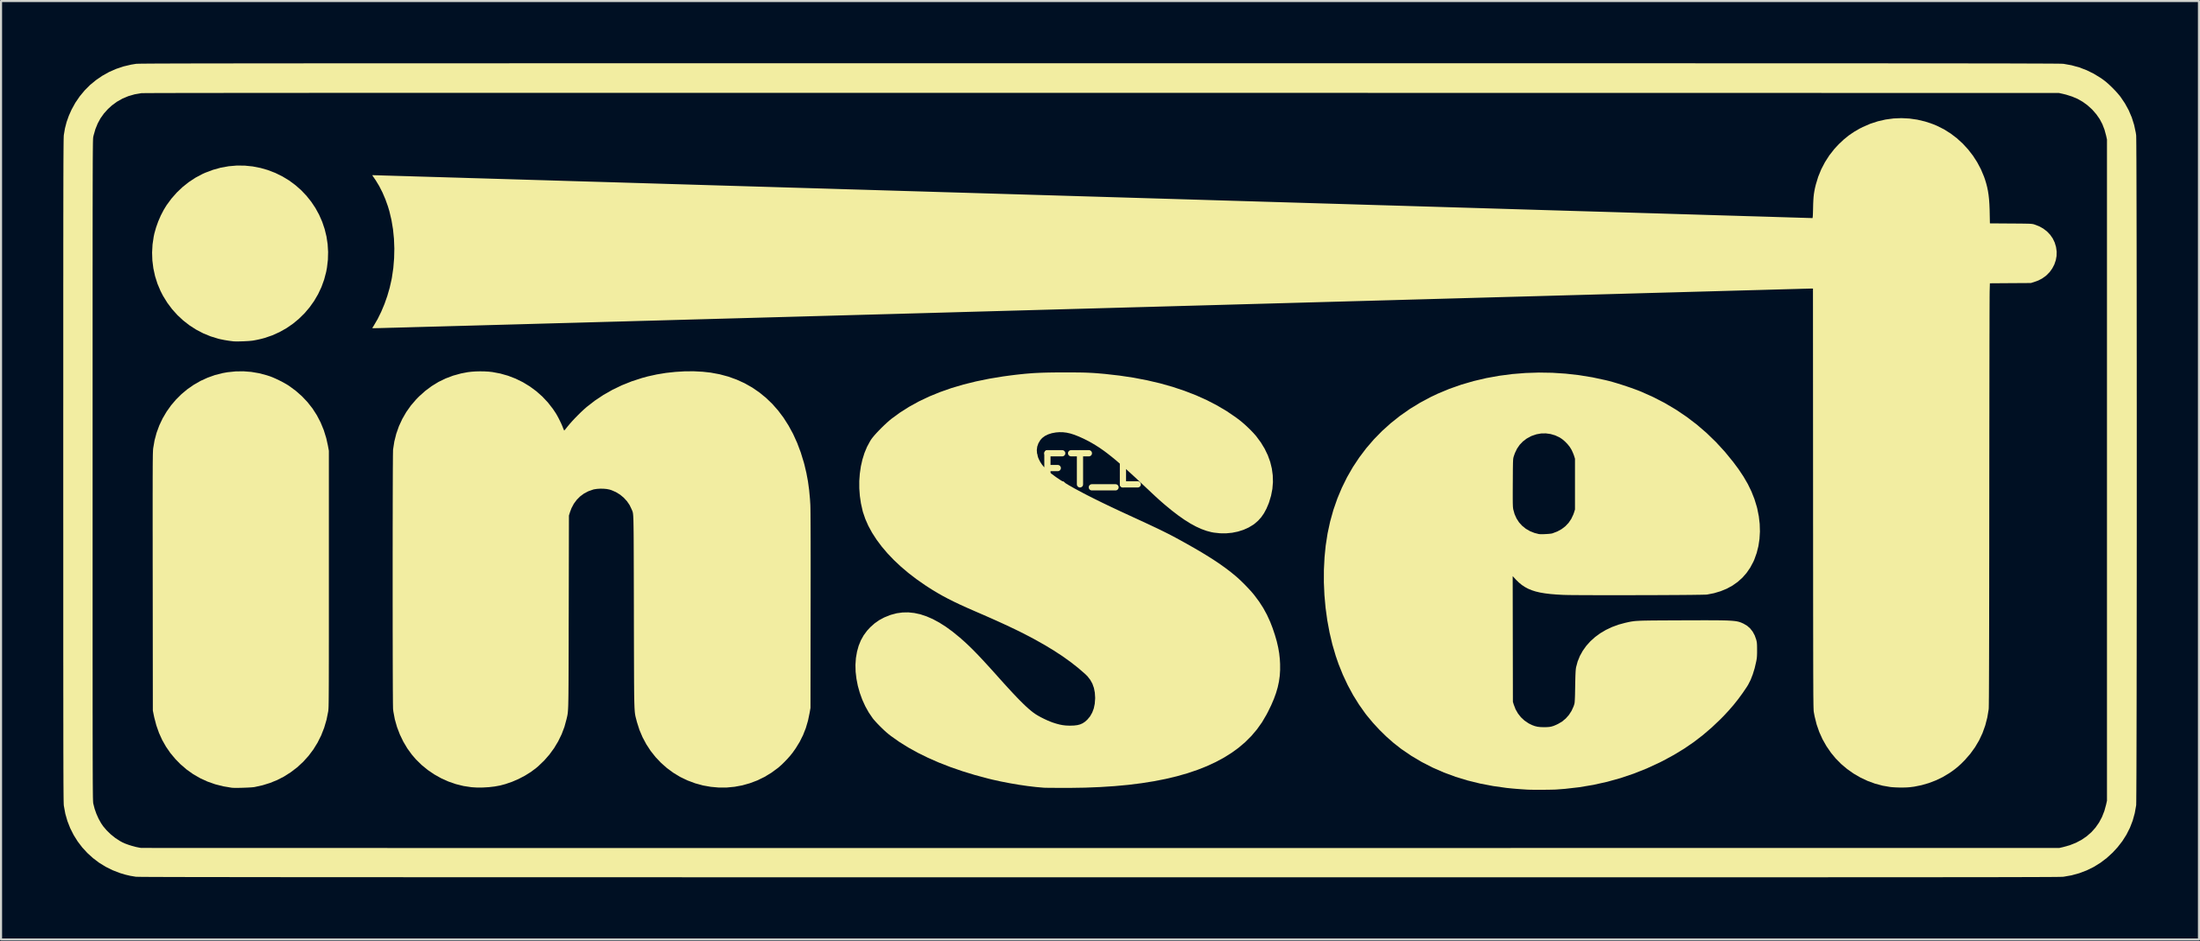
<source format=kicad_pcb>
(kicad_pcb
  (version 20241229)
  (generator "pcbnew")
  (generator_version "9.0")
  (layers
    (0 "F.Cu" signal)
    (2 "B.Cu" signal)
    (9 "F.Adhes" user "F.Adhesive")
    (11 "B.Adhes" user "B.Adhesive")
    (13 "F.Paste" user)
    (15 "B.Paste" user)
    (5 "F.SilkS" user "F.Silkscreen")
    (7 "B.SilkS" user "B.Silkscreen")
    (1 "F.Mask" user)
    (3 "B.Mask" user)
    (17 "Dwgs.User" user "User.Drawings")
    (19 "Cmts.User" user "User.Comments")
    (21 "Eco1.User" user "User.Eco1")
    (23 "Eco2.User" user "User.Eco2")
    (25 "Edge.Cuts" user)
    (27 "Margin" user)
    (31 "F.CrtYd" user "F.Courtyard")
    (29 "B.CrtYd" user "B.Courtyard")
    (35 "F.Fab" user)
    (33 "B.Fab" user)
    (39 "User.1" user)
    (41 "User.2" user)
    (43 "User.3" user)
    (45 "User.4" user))
  (footprint "INSET_LOGO"
    (layer "F.Cu")
    (at 49.997 19.63)
    (property "Reference" "INSET_LOGO" (at 0 0 0) (layer "F.SilkS") (effects (font (size 1.5 1.5) (thickness 0.3))))
    (attr board_only exclude_from_pos_files exclude_from_bom)
    (fp_poly (pts (xy -41.245 -14.693) (xy -40.86 -14.654) (xy -40.478 -14.579) (xy -40.136 -14.481) (xy -39.771 -14.341) (xy -39.426 -14.171) (xy -39.103 -13.975) (xy -38.801 -13.752) (xy -38.522 -13.506) (xy -38.267 -13.238) (xy -38.037 -12.95) (xy -37.833 -12.644) (xy -37.657 -12.322) (xy -37.509 -11.985) (xy -37.391 -11.636) (xy -37.303 -11.276) (xy -37.247 -10.908) (xy -37.224 -10.533) (xy -37.234 -10.153) (xy -37.279 -9.77) (xy -37.317 -9.569) (xy -37.415 -9.196) (xy -37.545 -8.837) (xy -37.707 -8.493) (xy -37.898 -8.167) (xy -38.117 -7.859) (xy -38.362 -7.571) (xy -38.631 -7.307) (xy -38.922 -7.066) (xy -39.234 -6.852) (xy -39.565 -6.666) (xy -39.913 -6.509) (xy -40.276 -6.384) (xy -40.416 -6.346) (xy -40.529 -6.319) (xy -40.653 -6.292) (xy -40.771 -6.269) (xy -40.857 -6.254) (xy -40.941 -6.245) (xy -41.049 -6.235) (xy -41.175 -6.228) (xy -41.309 -6.221) (xy -41.443 -6.217) (xy -41.569 -6.214) (xy -41.679 -6.215) (xy -41.763 -6.217) (xy -41.789 -6.219) (xy -42.002 -6.246) (xy -42.219 -6.281) (xy -42.423 -6.322) (xy -42.519 -6.345) (xy -42.89 -6.459) (xy -43.246 -6.605) (xy -43.587 -6.783) (xy -43.909 -6.99) (xy -44.212 -7.225) (xy -44.493 -7.487) (xy -44.751 -7.774) (xy -44.982 -8.084) (xy -45.186 -8.415) (xy -45.305 -8.646) (xy -45.454 -8.999) (xy -45.569 -9.364) (xy -45.651 -9.739) (xy -45.699 -10.119) (xy -45.712 -10.503) (xy -45.691 -10.887) (xy -45.635 -11.267) (xy -45.602 -11.422) (xy -45.521 -11.709) (xy -45.416 -12.003) (xy -45.291 -12.291) (xy -45.149 -12.563) (xy -45.015 -12.782) (xy -44.781 -13.1) (xy -44.523 -13.393) (xy -44.241 -13.661) (xy -43.939 -13.901) (xy -43.618 -14.112) (xy -43.28 -14.291) (xy -43.148 -14.35) (xy -42.776 -14.49) (xy -42.398 -14.595) (xy -42.016 -14.663) (xy -41.631 -14.696)) (stroke (width 0) (type solid)) (fill yes) (layer "F.SilkS"))
    (fp_poly (pts (xy -40.933 -4.745) (xy -40.556 -4.681) (xy -40.178 -4.581) (xy -40.016 -4.528) (xy -39.89 -4.479) (xy -39.744 -4.415) (xy -39.588 -4.341) (xy -39.431 -4.26) (xy -39.284 -4.179) (xy -39.155 -4.103) (xy -39.113 -4.075) (xy -38.787 -3.836) (xy -38.488 -3.573) (xy -38.218 -3.288) (xy -37.977 -2.982) (xy -37.766 -2.654) (xy -37.585 -2.307) (xy -37.434 -1.94) (xy -37.314 -1.554) (xy -37.236 -1.205) (xy -37.187 -0.94) (xy -37.187 5.241) (xy -37.187 5.806) (xy -37.187 6.336) (xy -37.187 6.832) (xy -37.187 7.294) (xy -37.187 7.725) (xy -37.187 8.126) (xy -37.188 8.497) (xy -37.188 8.839) (xy -37.188 9.155) (xy -37.189 9.445) (xy -37.189 9.71) (xy -37.19 9.952) (xy -37.19 10.171) (xy -37.191 10.369) (xy -37.192 10.547) (xy -37.193 10.706) (xy -37.194 10.848) (xy -37.195 10.974) (xy -37.196 11.084) (xy -37.197 11.18) (xy -37.199 11.263) (xy -37.2 11.335) (xy -37.202 11.396) (xy -37.204 11.447) (xy -37.206 11.491) (xy -37.209 11.528) (xy -37.211 11.559) (xy -37.214 11.585) (xy -37.216 11.608) (xy -37.219 11.628) (xy -37.22 11.632) (xy -37.3 12.031) (xy -37.413 12.415) (xy -37.557 12.783) (xy -37.731 13.132) (xy -37.935 13.463) (xy -38.168 13.773) (xy -38.428 14.06) (xy -38.715 14.325) (xy -39.028 14.564) (xy -39.356 14.772) (xy -39.68 14.938) (xy -40.025 15.078) (xy -40.386 15.19) (xy -40.757 15.272) (xy -40.775 15.276) (xy -40.842 15.284) (xy -40.937 15.292) (xy -41.054 15.299) (xy -41.184 15.305) (xy -41.322 15.31) (xy -41.46 15.314) (xy -41.59 15.316) (xy -41.707 15.316) (xy -41.801 15.314) (xy -41.867 15.309) (xy -41.871 15.309) (xy -42.279 15.241) (xy -42.67 15.142) (xy -43.042 15.011) (xy -43.396 14.848) (xy -43.731 14.655) (xy -44.048 14.43) (xy -44.345 14.174) (xy -44.588 13.926) (xy -44.83 13.636) (xy -45.041 13.331) (xy -45.224 13.009) (xy -45.379 12.667) (xy -45.507 12.303) (xy -45.609 11.915) (xy -45.638 11.778) (xy -45.676 11.586) (xy -45.682 5.378) (xy -45.683 4.808) (xy -45.684 4.273) (xy -45.684 3.772) (xy -45.684 3.305) (xy -45.685 2.869) (xy -45.685 2.464) (xy -45.685 2.089) (xy -45.685 1.742) (xy -45.685 1.422) (xy -45.685 1.128) (xy -45.684 0.859) (xy -45.684 0.613) (xy -45.684 0.39) (xy -45.683 0.188) (xy -45.682 0.007) (xy -45.682 -0.156) (xy -45.681 -0.3) (xy -45.68 -0.428) (xy -45.678 -0.541) (xy -45.677 -0.639) (xy -45.676 -0.724) (xy -45.674 -0.798) (xy -45.672 -0.86) (xy -45.67 -0.913) (xy -45.668 -0.957) (xy -45.666 -0.994) (xy -45.663 -1.025) (xy -45.661 -1.051) (xy -45.659 -1.063) (xy -45.594 -1.442) (xy -45.495 -1.81) (xy -45.365 -2.164) (xy -45.204 -2.503) (xy -45.015 -2.825) (xy -44.799 -3.129) (xy -44.558 -3.412) (xy -44.294 -3.674) (xy -44.008 -3.912) (xy -43.702 -4.124) (xy -43.377 -4.31) (xy -43.036 -4.466) (xy -42.68 -4.593) (xy -42.31 -4.687) (xy -42.081 -4.728) (xy -41.692 -4.768) (xy -41.311 -4.774)) (stroke (width 0) (type solid)) (fill yes) (layer "F.SilkS"))
    (fp_poly (pts (xy -19.163 -4.753) (xy -18.781 -4.711) (xy -18.345 -4.631) (xy -17.927 -4.519) (xy -17.526 -4.375) (xy -17.143 -4.201) (xy -16.779 -3.996) (xy -16.435 -3.761) (xy -16.11 -3.497) (xy -15.805 -3.204) (xy -15.521 -2.882) (xy -15.258 -2.532) (xy -15.018 -2.155) (xy -14.799 -1.752) (xy -14.604 -1.322) (xy -14.432 -0.866) (xy -14.284 -0.384) (xy -14.254 -0.274) (xy -14.159 0.127) (xy -14.083 0.533) (xy -14.026 0.951) (xy -13.985 1.39) (xy -13.968 1.662) (xy -13.966 1.727) (xy -13.964 1.825) (xy -13.962 1.954) (xy -13.96 2.116) (xy -13.959 2.311) (xy -13.957 2.539) (xy -13.956 2.8) (xy -13.955 3.095) (xy -13.954 3.424) (xy -13.954 3.787) (xy -13.953 4.185) (xy -13.953 4.618) (xy -13.953 5.085) (xy -13.954 5.589) (xy -13.954 6.128) (xy -13.955 6.704) (xy -13.955 6.756) (xy -13.961 11.458) (xy -14.002 11.696) (xy -14.081 12.074) (xy -14.185 12.429) (xy -14.317 12.765) (xy -14.478 13.089) (xy -14.671 13.404) (xy -14.825 13.622) (xy -14.937 13.762) (xy -15.071 13.913) (xy -15.215 14.064) (xy -15.361 14.206) (xy -15.499 14.328) (xy -15.527 14.351) (xy -15.845 14.585) (xy -16.178 14.787) (xy -16.525 14.956) (xy -16.883 15.091) (xy -17.249 15.194) (xy -17.623 15.263) (xy -18.001 15.299) (xy -18.382 15.3) (xy -18.764 15.266) (xy -19.144 15.199) (xy -19.521 15.096) (xy -19.891 14.957) (xy -19.903 14.953) (xy -20.25 14.785) (xy -20.578 14.586) (xy -20.886 14.359) (xy -21.172 14.106) (xy -21.434 13.829) (xy -21.671 13.53) (xy -21.88 13.21) (xy -22.06 12.873) (xy -22.21 12.52) (xy -22.327 12.152) (xy -22.341 12.1) (xy -22.354 12.05) (xy -22.366 12.004) (xy -22.377 11.962) (xy -22.387 11.922) (xy -22.397 11.883) (xy -22.406 11.843) (xy -22.414 11.801) (xy -22.421 11.755) (xy -22.428 11.705) (xy -22.434 11.648) (xy -22.439 11.583) (xy -22.444 11.509) (xy -22.449 11.424) (xy -22.452 11.328) (xy -22.456 11.218) (xy -22.459 11.093) (xy -22.461 10.952) (xy -22.464 10.793) (xy -22.466 10.616) (xy -22.467 10.417) (xy -22.469 10.197) (xy -22.47 9.954) (xy -22.471 9.686) (xy -22.472 9.391) (xy -22.473 9.07) (xy -22.474 8.719) (xy -22.475 8.338) (xy -22.476 7.925) (xy -22.477 7.479) (xy -22.478 6.998) (xy -22.478 6.811) (xy -22.479 6.322) (xy -22.48 5.869) (xy -22.481 5.449) (xy -22.482 5.062) (xy -22.483 4.705) (xy -22.484 4.379) (xy -22.485 4.08) (xy -22.486 3.809) (xy -22.487 3.563) (xy -22.488 3.341) (xy -22.489 3.143) (xy -22.491 2.965) (xy -22.493 2.808) (xy -22.495 2.67) (xy -22.497 2.548) (xy -22.499 2.443) (xy -22.502 2.353) (xy -22.506 2.275) (xy -22.509 2.21) (xy -22.514 2.155) (xy -22.518 2.109) (xy -22.523 2.071) (xy -22.529 2.04) (xy -22.535 2.013) (xy -22.542 1.991) (xy -22.549 1.97) (xy -22.557 1.95) (xy -22.565 1.93) (xy -22.575 1.909) (xy -22.584 1.886) (xy -22.682 1.681) (xy -22.811 1.491) (xy -22.967 1.321) (xy -23.146 1.173) (xy -23.344 1.052) (xy -23.558 0.959) (xy -23.658 0.928) (xy -23.788 0.903) (xy -23.94 0.889) (xy -24.101 0.887) (xy -24.258 0.897) (xy -24.397 0.918) (xy -24.441 0.929) (xy -24.672 1.01) (xy -24.882 1.12) (xy -25.07 1.259) (xy -25.235 1.425) (xy -25.375 1.615) (xy -25.488 1.829) (xy -25.559 2.018) (xy -25.61 2.182) (xy -25.62 6.848) (xy -25.622 7.338) (xy -25.623 7.794) (xy -25.623 8.216) (xy -25.624 8.605) (xy -25.625 8.964) (xy -25.626 9.293) (xy -25.627 9.595) (xy -25.628 9.869) (xy -25.629 10.118) (xy -25.63 10.344) (xy -25.632 10.547) (xy -25.633 10.729) (xy -25.635 10.891) (xy -25.637 11.035) (xy -25.64 11.163) (xy -25.642 11.275) (xy -25.645 11.373) (xy -25.649 11.458) (xy -25.653 11.533) (xy -25.657 11.597) (xy -25.662 11.654) (xy -25.667 11.703) (xy -25.672 11.747) (xy -25.679 11.786) (xy -25.685 11.823) (xy -25.693 11.859) (xy -25.701 11.895) (xy -25.71 11.932) (xy -25.719 11.972) (xy -25.728 12.01) (xy -25.827 12.374) (xy -25.961 12.728) (xy -26.128 13.071) (xy -26.325 13.399) (xy -26.552 13.71) (xy -26.807 14.001) (xy -27.087 14.269) (xy -27.199 14.364) (xy -27.456 14.555) (xy -27.741 14.732) (xy -28.045 14.89) (xy -28.359 15.025) (xy -28.678 15.134) (xy -28.926 15.2) (xy -29.186 15.248) (xy -29.467 15.281) (xy -29.755 15.298) (xy -30.038 15.3) (xy -30.303 15.284) (xy -30.321 15.282) (xy -30.695 15.225) (xy -31.063 15.134) (xy -31.423 15.009) (xy -31.77 14.853) (xy -32.104 14.666) (xy -32.419 14.452) (xy -32.715 14.21) (xy -32.987 13.943) (xy -33.185 13.713) (xy -33.406 13.409) (xy -33.6 13.081) (xy -33.766 12.736) (xy -33.902 12.378) (xy -34.006 12.012) (xy -34.076 11.641) (xy -34.091 11.518) (xy -34.093 11.483) (xy -34.094 11.414) (xy -34.096 11.311) (xy -34.098 11.176) (xy -34.099 11.012) (xy -34.1 10.819) (xy -34.102 10.6) (xy -34.103 10.356) (xy -34.104 10.089) (xy -34.105 9.8) (xy -34.106 9.492) (xy -34.107 9.165) (xy -34.108 8.821) (xy -34.108 8.462) (xy -34.109 8.091) (xy -34.11 7.707) (xy -34.11 7.314) (xy -34.11 6.912) (xy -34.111 6.504) (xy -34.111 6.091) (xy -34.111 5.674) (xy -34.111 5.256) (xy -34.111 4.838) (xy -34.111 4.421) (xy -34.111 4.008) (xy -34.11 3.6) (xy -34.11 3.198) (xy -34.11 2.805) (xy -34.109 2.422) (xy -34.108 2.05) (xy -34.108 1.692) (xy -34.107 1.349) (xy -34.106 1.022) (xy -34.105 0.713) (xy -34.104 0.425) (xy -34.103 0.158) (xy -34.102 -0.086) (xy -34.1 -0.305) (xy -34.099 -0.497) (xy -34.098 -0.661) (xy -34.096 -0.795) (xy -34.094 -0.897) (xy -34.093 -0.966) (xy -34.091 -1) (xy -34.031 -1.388) (xy -33.936 -1.764) (xy -33.808 -2.128) (xy -33.646 -2.477) (xy -33.453 -2.811) (xy -33.228 -3.128) (xy -32.971 -3.426) (xy -32.835 -3.564) (xy -32.538 -3.83) (xy -32.226 -4.062) (xy -31.899 -4.262) (xy -31.555 -4.429) (xy -31.194 -4.565) (xy -30.814 -4.67) (xy -30.489 -4.732) (xy -30.313 -4.753) (xy -30.112 -4.767) (xy -29.899 -4.772) (xy -29.686 -4.769) (xy -29.484 -4.758) (xy -29.308 -4.739) (xy -28.92 -4.666) (xy -28.543 -4.559) (xy -28.179 -4.419) (xy -27.831 -4.248) (xy -27.5 -4.047) (xy -27.188 -3.817) (xy -26.897 -3.56) (xy -26.63 -3.277) (xy -26.389 -2.969) (xy -26.242 -2.75) (xy -26.182 -2.648) (xy -26.115 -2.525) (xy -26.048 -2.391) (xy -25.984 -2.258) (xy -25.931 -2.137) (xy -25.9 -2.059) (xy -25.875 -1.994) (xy -25.853 -1.945) (xy -25.839 -1.919) (xy -25.837 -1.918) (xy -25.823 -1.931) (xy -25.79 -1.968) (xy -25.745 -2.024) (xy -25.69 -2.093) (xy -25.673 -2.114) (xy -25.575 -2.232) (xy -25.456 -2.367) (xy -25.321 -2.511) (xy -25.178 -2.657) (xy -25.034 -2.799) (xy -24.894 -2.93) (xy -24.767 -3.042) (xy -24.749 -3.057) (xy -24.36 -3.359) (xy -23.947 -3.634) (xy -23.511 -3.882) (xy -23.054 -4.102) (xy -22.578 -4.292) (xy -22.084 -4.452) (xy -21.805 -4.528) (xy -21.373 -4.623) (xy -20.929 -4.696) (xy -20.479 -4.745) (xy -20.031 -4.772) (xy -19.59 -4.775)) (stroke (width 0) (type solid)) (fill yes) (layer "F.SilkS"))
    (fp_poly (pts (xy 21.81 -4.703) (xy 22.457 -4.661) (xy 23.103 -4.588) (xy 23.744 -4.484) (xy 24.379 -4.348) (xy 24.542 -4.308) (xy 24.729 -4.257) (xy 24.939 -4.195) (xy 25.163 -4.125) (xy 25.392 -4.05) (xy 25.617 -3.973) (xy 25.829 -3.896) (xy 26.02 -3.823) (xy 26.103 -3.79) (xy 26.685 -3.529) (xy 27.245 -3.24) (xy 27.782 -2.922) (xy 28.296 -2.575) (xy 28.788 -2.2) (xy 29.258 -1.795) (xy 29.704 -1.363) (xy 30.129 -0.901) (xy 30.53 -0.411) (xy 30.785 -0.069) (xy 31.03 0.297) (xy 31.241 0.66) (xy 31.418 1.024) (xy 31.563 1.391) (xy 31.677 1.764) (xy 31.698 1.847) (xy 31.772 2.219) (xy 31.815 2.588) (xy 31.826 2.953) (xy 31.805 3.31) (xy 31.753 3.656) (xy 31.669 3.989) (xy 31.555 4.307) (xy 31.507 4.415) (xy 31.357 4.696) (xy 31.181 4.951) (xy 30.979 5.181) (xy 30.752 5.384) (xy 30.501 5.561) (xy 30.226 5.711) (xy 29.928 5.833) (xy 29.608 5.928) (xy 29.28 5.992) (xy 29.243 5.995) (xy 29.172 5.998) (xy 29.069 6) (xy 28.936 6.003) (xy 28.775 6.005) (xy 28.589 6.008) (xy 28.38 6.01) (xy 28.151 6.012) (xy 27.903 6.014) (xy 27.639 6.015) (xy 27.361 6.017) (xy 27.071 6.018) (xy 26.772 6.02) (xy 26.465 6.021) (xy 26.154 6.022) (xy 25.84 6.022) (xy 25.526 6.023) (xy 25.213 6.023) (xy 24.905 6.024) (xy 24.603 6.024) (xy 24.31 6.023) (xy 24.027 6.023) (xy 23.758 6.022) (xy 23.504 6.022) (xy 23.268 6.02) (xy 23.051 6.019) (xy 22.857 6.018) (xy 22.687 6.016) (xy 22.544 6.014) (xy 22.43 6.011) (xy 22.347 6.009) (xy 22.341 6.009) (xy 22.016 5.991) (xy 21.723 5.967) (xy 21.46 5.935) (xy 21.224 5.895) (xy 21.012 5.845) (xy 20.821 5.784) (xy 20.648 5.712) (xy 20.49 5.627) (xy 20.343 5.529) (xy 20.205 5.416) (xy 20.073 5.287) (xy 20.039 5.252) (xy 19.903 5.104) (xy 19.908 8.135) (xy 19.913 11.166) (xy 19.955 11.302) (xy 20.042 11.527) (xy 20.159 11.731) (xy 20.302 11.912) (xy 20.471 12.069) (xy 20.663 12.199) (xy 20.706 12.223) (xy 20.843 12.289) (xy 20.97 12.336) (xy 21.097 12.367) (xy 21.237 12.383) (xy 21.401 12.389) (xy 21.41 12.389) (xy 21.552 12.386) (xy 21.67 12.377) (xy 21.774 12.358) (xy 21.876 12.327) (xy 21.988 12.28) (xy 22.091 12.232) (xy 22.288 12.115) (xy 22.462 11.97) (xy 22.614 11.799) (xy 22.74 11.604) (xy 22.839 11.388) (xy 22.876 11.276) (xy 22.883 11.244) (xy 22.89 11.197) (xy 22.895 11.134) (xy 22.9 11.05) (xy 22.905 10.942) (xy 22.909 10.808) (xy 22.912 10.644) (xy 22.916 10.447) (xy 22.917 10.417) (xy 22.92 10.214) (xy 22.924 10.044) (xy 22.928 9.903) (xy 22.933 9.787) (xy 22.938 9.694) (xy 22.944 9.618) (xy 22.951 9.558) (xy 22.959 9.509) (xy 22.96 9.5) (xy 23.035 9.221) (xy 23.143 8.955) (xy 23.283 8.703) (xy 23.453 8.465) (xy 23.651 8.245) (xy 23.876 8.042) (xy 24.126 7.859) (xy 24.4 7.697) (xy 24.695 7.558) (xy 25.011 7.442) (xy 25.345 7.352) (xy 25.348 7.352) (xy 25.42 7.336) (xy 25.485 7.321) (xy 25.547 7.309) (xy 25.607 7.297) (xy 25.668 7.288) (xy 25.732 7.279) (xy 25.802 7.271) (xy 25.879 7.265) (xy 25.967 7.26) (xy 26.067 7.255) (xy 26.182 7.251) (xy 26.313 7.248) (xy 26.465 7.246) (xy 26.638 7.243) (xy 26.834 7.242) (xy 27.058 7.24) (xy 27.31 7.239) (xy 27.592 7.238) (xy 27.909 7.237) (xy 28.044 7.236) (xy 28.407 7.235) (xy 28.735 7.234) (xy 29.031 7.233) (xy 29.296 7.233) (xy 29.532 7.234) (xy 29.743 7.235) (xy 29.928 7.237) (xy 30.091 7.24) (xy 30.234 7.244) (xy 30.358 7.25) (xy 30.466 7.257) (xy 30.56 7.265) (xy 30.641 7.274) (xy 30.711 7.285) (xy 30.773 7.298) (xy 30.829 7.313) (xy 30.881 7.33) (xy 30.93 7.349) (xy 30.978 7.37) (xy 31.028 7.393) (xy 31.042 7.4) (xy 31.21 7.499) (xy 31.355 7.627) (xy 31.477 7.782) (xy 31.575 7.963) (xy 31.648 8.169) (xy 31.648 8.171) (xy 31.663 8.23) (xy 31.674 8.286) (xy 31.681 8.349) (xy 31.686 8.425) (xy 31.688 8.521) (xy 31.689 8.646) (xy 31.689 8.664) (xy 31.689 8.8) (xy 31.686 8.907) (xy 31.681 8.996) (xy 31.673 9.076) (xy 31.66 9.155) (xy 31.648 9.218) (xy 31.573 9.543) (xy 31.482 9.839) (xy 31.378 10.106) (xy 31.259 10.341) (xy 31.187 10.457) (xy 30.977 10.765) (xy 30.768 11.049) (xy 30.554 11.317) (xy 30.327 11.579) (xy 30.081 11.844) (xy 29.911 12.016) (xy 29.499 12.407) (xy 29.074 12.771) (xy 28.631 13.111) (xy 28.167 13.428) (xy 27.677 13.726) (xy 27.159 14.007) (xy 26.98 14.097) (xy 26.367 14.38) (xy 25.743 14.628) (xy 25.106 14.843) (xy 24.456 15.024) (xy 23.793 15.171) (xy 23.116 15.284) (xy 22.424 15.363) (xy 22.031 15.393) (xy 21.941 15.398) (xy 21.823 15.401) (xy 21.683 15.404) (xy 21.528 15.406) (xy 21.364 15.408) (xy 21.199 15.408) (xy 21.039 15.408) (xy 20.892 15.407) (xy 20.762 15.405) (xy 20.658 15.402) (xy 20.607 15.4) (xy 20.333 15.382) (xy 20.09 15.364) (xy 19.872 15.345) (xy 19.672 15.325) (xy 19.612 15.319) (xy 18.965 15.228) (xy 18.339 15.109) (xy 17.733 14.96) (xy 17.148 14.782) (xy 16.585 14.574) (xy 16.043 14.337) (xy 15.523 14.071) (xy 15.025 13.777) (xy 14.549 13.453) (xy 14.499 13.416) (xy 14.153 13.144) (xy 13.81 12.842) (xy 13.478 12.517) (xy 13.163 12.176) (xy 12.871 11.825) (xy 12.796 11.729) (xy 12.492 11.299) (xy 12.208 10.843) (xy 11.948 10.362) (xy 11.713 9.861) (xy 11.505 9.344) (xy 11.37 8.954) (xy 11.207 8.399) (xy 11.071 7.823) (xy 10.961 7.231) (xy 10.879 6.627) (xy 10.824 6.016) (xy 10.797 5.403) (xy 10.799 4.792) (xy 10.83 4.188) (xy 10.885 3.634) (xy 10.976 3.044) (xy 11.1 2.47) (xy 11.256 1.911) (xy 11.445 1.368) (xy 11.507 1.218) (xy 19.906 1.218) (xy 19.906 1.364) (xy 19.907 1.486) (xy 19.908 1.586) (xy 19.911 1.667) (xy 19.913 1.733) (xy 19.917 1.786) (xy 19.922 1.829) (xy 19.927 1.866) (xy 19.931 1.887) (xy 19.995 2.116) (xy 20.089 2.325) (xy 20.211 2.513) (xy 20.361 2.678) (xy 20.536 2.819) (xy 20.734 2.934) (xy 20.955 3.022) (xy 21.164 3.075) (xy 21.221 3.08) (xy 21.304 3.082) (xy 21.405 3.08) (xy 21.513 3.075) (xy 21.62 3.068) (xy 21.715 3.059) (xy 21.789 3.048) (xy 21.821 3.04) (xy 22.055 2.951) (xy 22.263 2.837) (xy 22.444 2.698) (xy 22.599 2.534) (xy 22.727 2.345) (xy 22.828 2.132) (xy 22.865 2.026) (xy 22.907 1.89) (xy 22.907 0.666) (xy 22.907 -0.557) (xy 22.865 -0.694) (xy 22.836 -0.774) (xy 22.796 -0.87) (xy 22.753 -0.964) (xy 22.737 -0.995) (xy 22.655 -1.128) (xy 22.547 -1.263) (xy 22.423 -1.39) (xy 22.292 -1.501) (xy 22.168 -1.583) (xy 21.952 -1.684) (xy 21.73 -1.749) (xy 21.503 -1.78) (xy 21.275 -1.776) (xy 21.049 -1.736) (xy 20.827 -1.661) (xy 20.783 -1.642) (xy 20.575 -1.528) (xy 20.396 -1.391) (xy 20.242 -1.231) (xy 20.114 -1.045) (xy 20.011 -0.832) (xy 19.954 -0.67) (xy 19.946 -0.642) (xy 19.939 -0.615) (xy 19.933 -0.585) (xy 19.928 -0.549) (xy 19.924 -0.505) (xy 19.921 -0.449) (xy 19.918 -0.378) (xy 19.916 -0.29) (xy 19.914 -0.182) (xy 19.912 -0.049) (xy 19.911 0.11) (xy 19.91 0.298) (xy 19.909 0.519) (xy 19.908 0.602) (xy 19.907 0.84) (xy 19.906 1.044) (xy 19.906 1.218) (xy 11.507 1.218) (xy 11.664 0.844) (xy 11.914 0.337) (xy 12.194 -0.151) (xy 12.504 -0.618) (xy 12.842 -1.065) (xy 13.208 -1.49) (xy 13.602 -1.893) (xy 14.023 -2.272) (xy 14.47 -2.627) (xy 14.943 -2.958) (xy 15.441 -3.262) (xy 15.963 -3.54) (xy 16.288 -3.694) (xy 16.847 -3.927) (xy 17.425 -4.13) (xy 18.02 -4.303) (xy 18.629 -4.446) (xy 19.25 -4.558) (xy 19.881 -4.641) (xy 20.52 -4.692) (xy 21.164 -4.713)) (stroke (width 0) (type solid)) (fill yes) (layer "F.SilkS"))
    (fp_poly (pts (xy -1.463 -4.72) (xy -1.241 -4.719) (xy -1.045 -4.717) (xy -0.87 -4.715) (xy -0.711 -4.711) (xy -0.563 -4.705) (xy -0.421 -4.698) (xy -0.279 -4.69) (xy -0.133 -4.679) (xy 0.022 -4.666) (xy 0.193 -4.651) (xy 0.247 -4.646) (xy 0.944 -4.567) (xy 1.619 -4.466) (xy 2.271 -4.341) (xy 2.899 -4.194) (xy 3.502 -4.024) (xy 4.08 -3.831) (xy 4.632 -3.617) (xy 5.157 -3.381) (xy 5.655 -3.123) (xy 6.125 -2.844) (xy 6.565 -2.543) (xy 6.747 -2.406) (xy 6.869 -2.306) (xy 7.004 -2.188) (xy 7.142 -2.059) (xy 7.276 -1.927) (xy 7.4 -1.798) (xy 7.504 -1.681) (xy 7.539 -1.639) (xy 7.759 -1.341) (xy 7.944 -1.036) (xy 8.094 -0.724) (xy 8.209 -0.406) (xy 8.288 -0.084) (xy 8.332 0.241) (xy 8.341 0.569) (xy 8.314 0.898) (xy 8.25 1.227) (xy 8.151 1.555) (xy 8.135 1.598) (xy 8.029 1.849) (xy 7.911 2.069) (xy 7.778 2.261) (xy 7.628 2.429) (xy 7.458 2.577) (xy 7.394 2.624) (xy 7.167 2.761) (xy 6.918 2.872) (xy 6.652 2.956) (xy 6.372 3.013) (xy 6.084 3.04) (xy 5.79 3.038) (xy 5.497 3.006) (xy 5.38 2.985) (xy 5.139 2.922) (xy 4.888 2.831) (xy 4.627 2.712) (xy 4.354 2.563) (xy 4.069 2.384) (xy 3.77 2.174) (xy 3.456 1.933) (xy 3.126 1.661) (xy 3.104 1.642) (xy 3.042 1.588) (xy 2.985 1.539) (xy 2.931 1.491) (xy 2.875 1.442) (xy 2.817 1.39) (xy 2.753 1.331) (xy 2.68 1.265) (xy 2.597 1.187) (xy 2.499 1.096) (xy 2.384 0.988) (xy 2.251 0.863) (xy 2.095 0.717) (xy 1.972 0.601) (xy 1.68 0.328) (xy 1.409 0.08) (xy 1.159 -0.145) (xy 0.927 -0.348) (xy 0.711 -0.532) (xy 0.507 -0.697) (xy 0.315 -0.846) (xy 0.131 -0.981) (xy -0.047 -1.103) (xy -0.221 -1.214) (xy -0.393 -1.316) (xy -0.565 -1.411) (xy -0.741 -1.5) (xy -0.794 -1.526) (xy -1.026 -1.631) (xy -1.235 -1.713) (xy -1.427 -1.774) (xy -1.608 -1.814) (xy -1.782 -1.835) (xy -1.955 -1.838) (xy -2.119 -1.826) (xy -2.319 -1.79) (xy -2.5 -1.732) (xy -2.658 -1.654) (xy -2.788 -1.556) (xy -2.877 -1.457) (xy -2.969 -1.303) (xy -3.026 -1.141) (xy -3.047 -0.972) (xy -3.033 -0.797) (xy -2.984 -0.618) (xy -2.949 -0.535) (xy -2.885 -0.41) (xy -2.809 -0.292) (xy -2.718 -0.178) (xy -2.609 -0.063) (xy -2.478 0.055) (xy -2.321 0.181) (xy -2.134 0.318) (xy -2.12 0.328) (xy -1.936 0.453) (xy -1.728 0.585) (xy -1.493 0.726) (xy -1.231 0.874) (xy -0.941 1.031) (xy -0.622 1.198) (xy -0.273 1.374) (xy 0.106 1.561) (xy 0.517 1.758) (xy 0.961 1.967) (xy 1.269 2.109) (xy 1.574 2.25) (xy 1.849 2.376) (xy 2.097 2.491) (xy 2.319 2.594) (xy 2.519 2.688) (xy 2.701 2.774) (xy 2.866 2.853) (xy 3.017 2.927) (xy 3.157 2.996) (xy 3.29 3.063) (xy 3.417 3.128) (xy 3.543 3.194) (xy 3.668 3.261) (xy 3.797 3.331) (xy 3.932 3.405) (xy 4.076 3.485) (xy 4.163 3.533) (xy 4.554 3.755) (xy 4.913 3.965) (xy 5.242 4.167) (xy 5.545 4.361) (xy 5.824 4.55) (xy 6.081 4.735) (xy 6.32 4.918) (xy 6.542 5.1) (xy 6.61 5.159) (xy 6.731 5.269) (xy 6.864 5.396) (xy 7.002 5.534) (xy 7.138 5.675) (xy 7.265 5.813) (xy 7.375 5.939) (xy 7.439 6.017) (xy 7.673 6.33) (xy 7.876 6.645) (xy 8.053 6.969) (xy 8.209 7.311) (xy 8.323 7.605) (xy 8.434 7.935) (xy 8.524 8.244) (xy 8.592 8.537) (xy 8.642 8.822) (xy 8.673 9.104) (xy 8.686 9.342) (xy 8.687 9.631) (xy 8.669 9.911) (xy 8.631 10.186) (xy 8.572 10.46) (xy 8.491 10.739) (xy 8.387 11.026) (xy 8.258 11.327) (xy 8.103 11.645) (xy 8.028 11.787) (xy 7.814 12.152) (xy 7.571 12.494) (xy 7.299 12.815) (xy 6.998 13.115) (xy 6.667 13.394) (xy 6.355 13.62) (xy 5.984 13.853) (xy 5.586 14.068) (xy 5.159 14.266) (xy 4.705 14.446) (xy 4.222 14.609) (xy 3.71 14.755) (xy 3.169 14.884) (xy 2.598 14.996) (xy 1.997 15.091) (xy 1.365 15.17) (xy 0.703 15.231) (xy 0.009 15.276) (xy -0.717 15.305) (xy -1.475 15.317) (xy -1.799 15.317) (xy -1.972 15.316) (xy -2.136 15.315) (xy -2.287 15.314) (xy -2.422 15.313) (xy -2.535 15.312) (xy -2.623 15.31) (xy -2.681 15.309) (xy -2.703 15.308) (xy -3.084 15.275) (xy -3.49 15.227) (xy -3.91 15.166) (xy -4.338 15.093) (xy -4.762 15.011) (xy -5.176 14.92) (xy -5.398 14.866) (xy -6.031 14.696) (xy -6.638 14.51) (xy -7.219 14.309) (xy -7.772 14.094) (xy -8.295 13.864) (xy -8.789 13.621) (xy -9.251 13.365) (xy -9.682 13.096) (xy -10.079 12.815) (xy -10.208 12.715) (xy -10.293 12.643) (xy -10.394 12.552) (xy -10.504 12.448) (xy -10.616 12.337) (xy -10.725 12.226) (xy -10.823 12.12) (xy -10.906 12.026) (xy -10.959 11.96) (xy -11.149 11.683) (xy -11.317 11.383) (xy -11.462 11.065) (xy -11.582 10.735) (xy -11.677 10.398) (xy -11.744 10.057) (xy -11.784 9.718) (xy -11.793 9.386) (xy -11.771 9.065) (xy -11.77 9.055) (xy -11.717 8.747) (xy -11.638 8.463) (xy -11.532 8.202) (xy -11.397 7.96) (xy -11.233 7.737) (xy -11.077 7.568) (xy -10.871 7.384) (xy -10.649 7.228) (xy -10.408 7.098) (xy -10.141 6.99) (xy -10.077 6.968) (xy -9.802 6.895) (xy -9.524 6.857) (xy -9.242 6.852) (xy -8.955 6.882) (xy -8.663 6.945) (xy -8.365 7.044) (xy -8.061 7.176) (xy -7.75 7.344) (xy -7.432 7.546) (xy -7.107 7.783) (xy -6.773 8.056) (xy -6.69 8.128) (xy -6.565 8.239) (xy -6.442 8.351) (xy -6.319 8.467) (xy -6.194 8.589) (xy -6.063 8.72) (xy -5.925 8.862) (xy -5.777 9.017) (xy -5.617 9.188) (xy -5.443 9.378) (xy -5.251 9.588) (xy -5.04 9.822) (xy -4.867 10.016) (xy -4.627 10.283) (xy -4.408 10.523) (xy -4.209 10.738) (xy -4.028 10.929) (xy -3.863 11.099) (xy -3.713 11.248) (xy -3.576 11.379) (xy -3.45 11.493) (xy -3.335 11.591) (xy -3.227 11.676) (xy -3.126 11.748) (xy -3.104 11.763) (xy -2.987 11.834) (xy -2.846 11.912) (xy -2.692 11.989) (xy -2.535 12.062) (xy -2.386 12.124) (xy -2.268 12.168) (xy -2.093 12.223) (xy -1.939 12.263) (xy -1.798 12.29) (xy -1.657 12.307) (xy -1.507 12.314) (xy -1.443 12.315) (xy -1.255 12.309) (xy -1.095 12.29) (xy -0.958 12.255) (xy -0.836 12.201) (xy -0.724 12.127) (xy -0.616 12.031) (xy -0.611 12.026) (xy -0.479 11.868) (xy -0.375 11.686) (xy -0.299 11.483) (xy -0.252 11.258) (xy -0.234 11.014) (xy -0.233 10.965) (xy -0.249 10.72) (xy -0.293 10.496) (xy -0.366 10.292) (xy -0.47 10.105) (xy -0.604 9.933) (xy -0.715 9.823) (xy -1.048 9.535) (xy -1.403 9.256) (xy -1.784 8.982) (xy -2.193 8.713) (xy -2.633 8.445) (xy -3.106 8.178) (xy -3.159 8.149) (xy -3.383 8.029) (xy -3.612 7.911) (xy -3.848 7.791) (xy -4.096 7.67) (xy -4.358 7.545) (xy -4.637 7.415) (xy -4.937 7.278) (xy -5.261 7.133) (xy -5.611 6.979) (xy -5.992 6.814) (xy -6.09 6.771) (xy -6.439 6.618) (xy -6.758 6.473) (xy -7.051 6.333) (xy -7.324 6.196) (xy -7.582 6.059) (xy -7.829 5.919) (xy -8.07 5.774) (xy -8.31 5.622) (xy -8.427 5.545) (xy -8.846 5.253) (xy -9.239 4.952) (xy -9.604 4.642) (xy -9.942 4.325) (xy -10.25 4.002) (xy -10.528 3.675) (xy -10.775 3.344) (xy -10.99 3.011) (xy -11.172 2.677) (xy -11.319 2.343) (xy -11.432 2.011) (xy -11.447 1.954) (xy -11.527 1.598) (xy -11.58 1.238) (xy -11.607 0.876) (xy -11.608 0.515) (xy -11.582 0.161) (xy -11.532 -0.185) (xy -11.457 -0.517) (xy -11.358 -0.834) (xy -11.235 -1.13) (xy -11.088 -1.402) (xy -11.035 -1.487) (xy -10.972 -1.572) (xy -10.886 -1.676) (xy -10.782 -1.793) (xy -10.664 -1.918) (xy -10.538 -2.046) (xy -10.408 -2.172) (xy -10.28 -2.291) (xy -10.159 -2.398) (xy -10.055 -2.484) (xy -9.644 -2.784) (xy -9.205 -3.062) (xy -8.739 -3.319) (xy -8.244 -3.555) (xy -7.721 -3.769) (xy -7.169 -3.963) (xy -6.589 -4.135) (xy -5.979 -4.286) (xy -5.339 -4.417) (xy -4.67 -4.527) (xy -4.328 -4.573) (xy -4.074 -4.605) (xy -3.839 -4.631) (xy -3.615 -4.654) (xy -3.397 -4.672) (xy -3.179 -4.688) (xy -2.957 -4.699) (xy -2.723 -4.708) (xy -2.474 -4.714) (xy -2.202 -4.718) (xy -1.903 -4.72) (xy -1.716 -4.72)) (stroke (width 0) (type solid)) (fill yes) (layer "F.SilkS"))
    (fp_poly (pts (xy 39.031 -16.964) (xy 39.412 -16.91) (xy 39.789 -16.821) (xy 40.161 -16.697) (xy 40.371 -16.61) (xy 40.705 -16.442) (xy 41.023 -16.242) (xy 41.324 -16.013) (xy 41.605 -15.757) (xy 41.863 -15.477) (xy 42.098 -15.175) (xy 42.305 -14.854) (xy 42.484 -14.516) (xy 42.632 -14.164) (xy 42.681 -14.024) (xy 42.738 -13.837) (xy 42.785 -13.654) (xy 42.823 -13.468) (xy 42.853 -13.273) (xy 42.876 -13.064) (xy 42.892 -12.834) (xy 42.903 -12.576) (xy 42.906 -12.441) (xy 42.917 -11.908) (xy 43.923 -11.901) (xy 44.141 -11.9) (xy 44.325 -11.898) (xy 44.479 -11.897) (xy 44.607 -11.895) (xy 44.711 -11.893) (xy 44.794 -11.891) (xy 44.86 -11.888) (xy 44.913 -11.884) (xy 44.955 -11.879) (xy 44.989 -11.874) (xy 45.019 -11.867) (xy 45.049 -11.859) (xy 45.063 -11.854) (xy 45.289 -11.768) (xy 45.491 -11.656) (xy 45.67 -11.519) (xy 45.822 -11.36) (xy 45.947 -11.181) (xy 46.042 -10.983) (xy 46.106 -10.769) (xy 46.137 -10.545) (xy 46.132 -10.338) (xy 46.094 -10.13) (xy 46.025 -9.928) (xy 45.926 -9.737) (xy 45.801 -9.562) (xy 45.652 -9.409) (xy 45.601 -9.366) (xy 45.432 -9.247) (xy 45.251 -9.153) (xy 45.053 -9.081) (xy 44.893 -9.031) (xy 43.904 -9.025) (xy 42.916 -9.018) (xy 42.904 -8.595) (xy 42.904 -8.551) (xy 42.903 -8.471) (xy 42.902 -8.357) (xy 42.902 -8.21) (xy 42.901 -8.031) (xy 42.9 -7.821) (xy 42.899 -7.581) (xy 42.898 -7.313) (xy 42.898 -7.017) (xy 42.897 -6.694) (xy 42.896 -6.346) (xy 42.895 -5.974) (xy 42.895 -5.579) (xy 42.894 -5.162) (xy 42.893 -4.724) (xy 42.893 -4.266) (xy 42.892 -3.79) (xy 42.891 -3.296) (xy 42.891 -2.786) (xy 42.89 -2.261) (xy 42.889 -1.721) (xy 42.889 -1.169) (xy 42.888 -0.604) (xy 42.888 -0.029) (xy 42.887 0.556) (xy 42.887 1.149) (xy 42.886 1.589) (xy 42.886 2.349) (xy 42.885 3.073) (xy 42.885 3.762) (xy 42.884 4.416) (xy 42.883 5.037) (xy 42.883 5.625) (xy 42.882 6.18) (xy 42.881 6.703) (xy 42.881 7.195) (xy 42.88 7.657) (xy 42.879 8.088) (xy 42.878 8.491) (xy 42.877 8.865) (xy 42.876 9.211) (xy 42.875 9.531) (xy 42.874 9.823) (xy 42.873 10.09) (xy 42.872 10.332) (xy 42.871 10.55) (xy 42.87 10.743) (xy 42.869 10.914) (xy 42.867 11.062) (xy 42.866 11.189) (xy 42.865 11.294) (xy 42.863 11.379) (xy 42.862 11.444) (xy 42.86 11.49) (xy 42.858 11.518) (xy 42.858 11.522) (xy 42.791 11.923) (xy 42.692 12.306) (xy 42.561 12.672) (xy 42.397 13.022) (xy 42.201 13.354) (xy 41.972 13.671) (xy 41.711 13.971) (xy 41.679 14.003) (xy 41.532 14.151) (xy 41.394 14.277) (xy 41.255 14.392) (xy 41.104 14.505) (xy 40.949 14.611) (xy 40.646 14.793) (xy 40.32 14.95) (xy 39.977 15.082) (xy 39.625 15.184) (xy 39.27 15.256) (xy 39.061 15.283) (xy 38.912 15.294) (xy 38.739 15.299) (xy 38.556 15.299) (xy 38.375 15.293) (xy 38.209 15.283) (xy 38.116 15.274) (xy 37.744 15.21) (xy 37.377 15.112) (xy 37.02 14.981) (xy 36.675 14.819) (xy 36.345 14.627) (xy 36.033 14.408) (xy 35.742 14.162) (xy 35.476 13.892) (xy 35.253 13.622) (xy 35.032 13.301) (xy 34.844 12.968) (xy 34.687 12.62) (xy 34.56 12.254) (xy 34.464 11.868) (xy 34.426 11.668) (xy 34.424 11.653) (xy 34.421 11.636) (xy 34.419 11.615) (xy 34.417 11.59) (xy 34.415 11.56) (xy 34.414 11.524) (xy 34.412 11.48) (xy 34.41 11.429) (xy 34.409 11.369) (xy 34.407 11.3) (xy 34.406 11.22) (xy 34.405 11.128) (xy 34.404 11.024) (xy 34.402 10.906) (xy 34.401 10.775) (xy 34.4 10.628) (xy 34.4 10.465) (xy 34.399 10.285) (xy 34.398 10.087) (xy 34.397 9.871) (xy 34.396 9.634) (xy 34.396 9.377) (xy 34.395 9.099) (xy 34.395 8.798) (xy 34.394 8.474) (xy 34.394 8.126) (xy 34.393 7.752) (xy 34.393 7.352) (xy 34.392 6.926) (xy 34.392 6.471) (xy 34.391 5.988) (xy 34.391 5.475) (xy 34.391 4.931) (xy 34.39 4.356) (xy 34.39 3.749) (xy 34.39 3.108) (xy 34.389 2.433) (xy 34.389 1.723) (xy 34.389 1.356) (xy 34.384 -8.765) (xy 34.315 -8.765) (xy 34.295 -8.764) (xy 34.239 -8.763) (xy 34.147 -8.76) (xy 34.02 -8.757) (xy 33.86 -8.753) (xy 33.665 -8.747) (xy 33.438 -8.741) (xy 33.177 -8.734) (xy 32.885 -8.726) (xy 32.562 -8.717) (xy 32.207 -8.707) (xy 31.822 -8.696) (xy 31.408 -8.685) (xy 30.964 -8.673) (xy 30.492 -8.66) (xy 29.991 -8.646) (xy 29.463 -8.631) (xy 28.908 -8.616) (xy 28.327 -8.6) (xy 27.72 -8.583) (xy 27.088 -8.566) (xy 26.431 -8.548) (xy 25.749 -8.529) (xy 25.045 -8.509) (xy 24.317 -8.489) (xy 23.567 -8.468) (xy 22.795 -8.447) (xy 22.002 -8.425) (xy 21.188 -8.402) (xy 20.353 -8.379) (xy 19.499 -8.356) (xy 18.627 -8.332) (xy 17.735 -8.307) (xy 16.826 -8.282) (xy 15.899 -8.256) (xy 14.955 -8.23) (xy 13.996 -8.203) (xy 13.02 -8.176) (xy 12.03 -8.149) (xy 11.025 -8.121) (xy 10.005 -8.093) (xy 8.973 -8.064) (xy 7.927 -8.035) (xy 6.87 -8.006) (xy 5.8 -7.976) (xy 4.72 -7.946) (xy 3.628 -7.916) (xy 2.527 -7.885) (xy 1.416 -7.855) (xy 0.296 -7.824) (xy -0.347 -7.806) (xy -1.472 -7.775) (xy -2.588 -7.744) (xy -3.694 -7.713) (xy -4.792 -7.683) (xy -5.878 -7.653) (xy -6.955 -7.623) (xy -8.019 -7.593) (xy -9.072 -7.564) (xy -10.112 -7.535) (xy -11.139 -7.507) (xy -12.152 -7.479) (xy -13.151 -7.451) (xy -14.135 -7.424) (xy -15.104 -7.397) (xy -16.057 -7.371) (xy -16.994 -7.345) (xy -17.914 -7.32) (xy -18.815 -7.295) (xy -19.699 -7.271) (xy -20.564 -7.247) (xy -21.41 -7.223) (xy -22.236 -7.201) (xy -23.041 -7.178) (xy -23.826 -7.157) (xy -24.588 -7.136) (xy -25.329 -7.115) (xy -26.047 -7.096) (xy -26.742 -7.077) (xy -27.413 -7.058) (xy -28.06 -7.04) (xy -28.682 -7.023) (xy -29.278 -7.007) (xy -29.848 -6.991) (xy -30.392 -6.976) (xy -30.908 -6.962) (xy -31.397 -6.949) (xy -31.857 -6.936) (xy -32.289 -6.925) (xy -32.691 -6.914) (xy -33.063 -6.904) (xy -33.405 -6.894) (xy -33.715 -6.886) (xy -33.994 -6.878) (xy -34.241 -6.872) (xy -34.454 -6.866) (xy -34.635 -6.861) (xy -34.781 -6.857) (xy -34.893 -6.855) (xy -34.97 -6.853) (xy -35.011 -6.852) (xy -35.018 -6.852) (xy -35.096 -6.857) (xy -35.026 -6.967) (xy -34.837 -7.291) (xy -34.663 -7.644) (xy -34.506 -8.018) (xy -34.369 -8.407) (xy -34.254 -8.804) (xy -34.164 -9.204) (xy -34.147 -9.294) (xy -34.079 -9.758) (xy -34.041 -10.227) (xy -34.03 -10.697) (xy -34.048 -11.163) (xy -34.094 -11.621) (xy -34.168 -12.066) (xy -34.269 -12.494) (xy -34.339 -12.728) (xy -34.462 -13.071) (xy -34.602 -13.398) (xy -34.758 -13.704) (xy -34.926 -13.982) (xy -35.009 -14.103) (xy -35.049 -14.16) (xy -35.079 -14.205) (xy -35.093 -14.23) (xy -35.093 -14.233) (xy -35.075 -14.232) (xy -35.021 -14.231) (xy -34.931 -14.228) (xy -34.808 -14.225) (xy -34.65 -14.22) (xy -34.46 -14.214) (xy -34.237 -14.208) (xy -33.982 -14.2) (xy -33.697 -14.192) (xy -33.381 -14.183) (xy -33.035 -14.172) (xy -32.66 -14.161) (xy -32.257 -14.149) (xy -31.827 -14.137) (xy -31.369 -14.123) (xy -30.885 -14.109) (xy -30.376 -14.093) (xy -29.842 -14.078) (xy -29.283 -14.061) (xy -28.701 -14.044) (xy -28.096 -14.026) (xy -27.469 -14.007) (xy -26.821 -13.988) (xy -26.152 -13.968) (xy -25.462 -13.947) (xy -24.753 -13.926) (xy -24.026 -13.905) (xy -23.28 -13.883) (xy -22.518 -13.86) (xy -21.738 -13.837) (xy -20.942 -13.813) (xy -20.131 -13.789) (xy -19.306 -13.764) (xy -18.466 -13.739) (xy -17.613 -13.714) (xy -16.748 -13.688) (xy -15.871 -13.662) (xy -14.982 -13.635) (xy -14.083 -13.609) (xy -13.174 -13.582) (xy -12.256 -13.554) (xy -11.33 -13.527) (xy -10.395 -13.499) (xy -9.454 -13.471) (xy -8.506 -13.443) (xy -7.552 -13.414) (xy -6.594 -13.386) (xy -5.631 -13.357) (xy -4.664 -13.328) (xy -3.694 -13.299) (xy -2.722 -13.27) (xy -1.748 -13.241) (xy -0.773 -13.212) (xy 0.202 -13.183) (xy 1.177 -13.154) (xy 2.15 -13.125) (xy 3.122 -13.096) (xy 4.091 -13.067) (xy 5.058 -13.038) (xy 6.02 -13.009) (xy 6.978 -12.981) (xy 7.931 -12.952) (xy 8.878 -12.924) (xy 9.818 -12.896) (xy 10.751 -12.868) (xy 11.676 -12.841) (xy 12.593 -12.813) (xy 13.5 -12.786) (xy 14.397 -12.76) (xy 15.284 -12.733) (xy 16.16 -12.707) (xy 17.023 -12.681) (xy 17.874 -12.656) (xy 18.711 -12.631) (xy 19.534 -12.606) (xy 20.343 -12.582) (xy 21.136 -12.558) (xy 21.912 -12.535) (xy 22.673 -12.512) (xy 23.415 -12.49) (xy 24.14 -12.469) (xy 24.845 -12.448) (xy 25.531 -12.427) (xy 26.197 -12.407) (xy 26.842 -12.388) (xy 27.466 -12.369) (xy 28.067 -12.351) (xy 28.645 -12.334) (xy 29.199 -12.317) (xy 29.73 -12.301) (xy 30.235 -12.286) (xy 30.714 -12.272) (xy 31.168 -12.258) (xy 31.594 -12.246) (xy 31.992 -12.234) (xy 32.362 -12.223) (xy 32.703 -12.212) (xy 33.014 -12.203) (xy 33.295 -12.194) (xy 33.544 -12.187) (xy 33.762 -12.18) (xy 33.947 -12.175) (xy 34.099 -12.17) (xy 34.217 -12.167) (xy 34.3 -12.164) (xy 34.349 -12.162) (xy 34.359 -12.162) (xy 34.366 -12.175) (xy 34.372 -12.215) (xy 34.378 -12.284) (xy 34.382 -12.384) (xy 34.386 -12.517) (xy 34.389 -12.641) (xy 34.394 -12.846) (xy 34.402 -13.023) (xy 34.413 -13.179) (xy 34.429 -13.322) (xy 34.451 -13.459) (xy 34.478 -13.598) (xy 34.514 -13.747) (xy 34.522 -13.78) (xy 34.636 -14.155) (xy 34.783 -14.515) (xy 34.963 -14.86) (xy 35.173 -15.187) (xy 35.414 -15.495) (xy 35.634 -15.732) (xy 35.871 -15.954) (xy 36.109 -16.147) (xy 36.359 -16.318) (xy 36.629 -16.475) (xy 36.785 -16.554) (xy 37.144 -16.71) (xy 37.512 -16.83) (xy 37.886 -16.916) (xy 38.266 -16.967) (xy 38.648 -16.983)) (stroke (width 0) (type solid)) (fill yes) (layer "F.SilkS"))
    (fp_poly (pts (xy 1.576 -19.63) (xy 3.124 -19.63) (xy 4.637 -19.63) (xy 6.115 -19.63) (xy 7.557 -19.63) (xy 8.965 -19.63) (xy 10.34 -19.63) (xy 11.68 -19.63) (xy 12.987 -19.63) (xy 14.262 -19.63) (xy 15.504 -19.63) (xy 16.714 -19.629) (xy 17.893 -19.629) (xy 19.04 -19.629) (xy 20.157 -19.629) (xy 21.243 -19.629) (xy 22.299 -19.629) (xy 23.326 -19.629) (xy 24.324 -19.629) (xy 25.293 -19.629) (xy 26.233 -19.629) (xy 27.146 -19.629) (xy 28.031 -19.629) (xy 28.89 -19.628) (xy 29.721 -19.628) (xy 30.527 -19.628) (xy 31.306 -19.628) (xy 32.06 -19.628) (xy 32.79 -19.628) (xy 33.494 -19.627) (xy 34.175 -19.627) (xy 34.831 -19.627) (xy 35.465 -19.627) (xy 36.075 -19.626) (xy 36.663 -19.626) (xy 37.228 -19.626) (xy 37.772 -19.626) (xy 38.295 -19.625) (xy 38.797 -19.625) (xy 39.278 -19.625) (xy 39.74 -19.625) (xy 40.181 -19.624) (xy 40.604 -19.624) (xy 41.007 -19.623) (xy 41.393 -19.623) (xy 41.76 -19.623) (xy 42.109 -19.622) (xy 42.442 -19.622) (xy 42.757 -19.621) (xy 43.057 -19.621) (xy 43.34 -19.621) (xy 43.608 -19.62) (xy 43.861 -19.62) (xy 44.098 -19.619) (xy 44.322 -19.619) (xy 44.532 -19.618) (xy 44.728 -19.617) (xy 44.912 -19.617) (xy 45.082 -19.616) (xy 45.241 -19.616) (xy 45.387 -19.615) (xy 45.522 -19.614) (xy 45.646 -19.614) (xy 45.76 -19.613) (xy 45.863 -19.612) (xy 45.957 -19.612) (xy 46.041 -19.611) (xy 46.116 -19.61) (xy 46.183 -19.609) (xy 46.242 -19.609) (xy 46.293 -19.608) (xy 46.336 -19.607) (xy 46.373 -19.606) (xy 46.403 -19.605) (xy 46.427 -19.604) (xy 46.446 -19.603) (xy 46.459 -19.602) (xy 46.466 -19.602) (xy 46.851 -19.533) (xy 47.224 -19.431) (xy 47.583 -19.294) (xy 47.93 -19.123) (xy 48.264 -18.918) (xy 48.408 -18.816) (xy 48.528 -18.721) (xy 48.662 -18.603) (xy 48.801 -18.47) (xy 48.938 -18.331) (xy 49.065 -18.193) (xy 49.174 -18.063) (xy 49.216 -18.009) (xy 49.43 -17.693) (xy 49.611 -17.362) (xy 49.759 -17.016) (xy 49.872 -16.656) (xy 49.952 -16.283) (xy 49.97 -16.16) (xy 49.972 -16.13) (xy 49.973 -16.065) (xy 49.975 -15.964) (xy 49.976 -15.831) (xy 49.978 -15.665) (xy 49.979 -15.467) (xy 49.98 -15.239) (xy 49.982 -14.982) (xy 49.983 -14.696) (xy 49.984 -14.383) (xy 49.985 -14.044) (xy 49.986 -13.679) (xy 49.987 -13.29) (xy 49.988 -12.878) (xy 49.989 -12.443) (xy 49.99 -11.987) (xy 49.991 -11.511) (xy 49.992 -11.015) (xy 49.993 -10.501) (xy 49.993 -9.97) (xy 49.994 -9.423) (xy 49.995 -8.861) (xy 49.995 -8.284) (xy 49.996 -7.695) (xy 49.996 -7.093) (xy 49.997 -6.48) (xy 49.997 -5.857) (xy 49.998 -5.225) (xy 49.998 -4.585) (xy 49.998 -3.937) (xy 49.999 -3.284) (xy 49.999 -2.626) (xy 49.999 -1.963) (xy 49.999 -1.298) (xy 49.999 -0.631) (xy 49.999 0.037) (xy 49.999 0.706) (xy 49.999 1.373) (xy 49.999 2.038) (xy 49.999 2.7) (xy 49.999 3.357) (xy 49.998 4.01) (xy 49.998 4.657) (xy 49.998 5.296) (xy 49.997 5.927) (xy 49.997 6.549) (xy 49.996 7.161) (xy 49.996 7.761) (xy 49.995 8.349) (xy 49.995 8.924) (xy 49.994 9.485) (xy 49.993 10.031) (xy 49.993 10.56) (xy 49.992 11.071) (xy 49.991 11.565) (xy 49.99 12.039) (xy 49.989 12.493) (xy 49.988 12.925) (xy 49.987 13.335) (xy 49.986 13.721) (xy 49.985 14.083) (xy 49.984 14.42) (xy 49.983 14.73) (xy 49.981 15.012) (xy 49.98 15.266) (xy 49.979 15.491) (xy 49.977 15.685) (xy 49.976 15.847) (xy 49.975 15.977) (xy 49.973 16.074) (xy 49.972 16.135) (xy 49.97 16.16) (xy 49.902 16.537) (xy 49.802 16.897) (xy 49.669 17.241) (xy 49.503 17.57) (xy 49.304 17.884) (xy 49.071 18.183) (xy 48.838 18.436) (xy 48.551 18.698) (xy 48.246 18.929) (xy 47.923 19.129) (xy 47.582 19.296) (xy 47.226 19.431) (xy 46.854 19.533) (xy 46.468 19.601) (xy 46.466 19.602) (xy 46.456 19.603) (xy 46.441 19.604) (xy 46.421 19.604) (xy 46.395 19.605) (xy 46.363 19.606) (xy 46.325 19.607) (xy 46.279 19.608) (xy 46.226 19.609) (xy 46.165 19.61) (xy 46.096 19.61) (xy 46.019 19.611) (xy 45.932 19.612) (xy 45.836 19.613) (xy 45.73 19.613) (xy 45.613 19.614) (xy 45.486 19.615) (xy 45.348 19.615) (xy 45.198 19.616) (xy 45.037 19.616) (xy 44.863 19.617) (xy 44.676 19.618) (xy 44.476 19.618) (xy 44.263 19.619) (xy 44.035 19.619) (xy 43.793 19.62) (xy 43.537 19.62) (xy 43.265 19.621) (xy 42.977 19.621) (xy 42.674 19.621) (xy 42.354 19.622) (xy 42.017 19.622) (xy 41.662 19.623) (xy 41.291 19.623) (xy 40.901 19.623) (xy 40.492 19.624) (xy 40.065 19.624) (xy 39.618 19.624) (xy 39.151 19.625) (xy 38.664 19.625) (xy 38.157 19.625) (xy 37.629 19.625) (xy 37.079 19.626) (xy 36.508 19.626) (xy 35.914 19.626) (xy 35.298 19.626) (xy 34.658 19.627) (xy 33.995 19.627) (xy 33.309 19.627) (xy 32.598 19.627) (xy 31.862 19.627) (xy 31.101 19.627) (xy 30.315 19.627) (xy 29.503 19.628) (xy 28.664 19.628) (xy 27.799 19.628) (xy 26.906 19.628) (xy 25.986 19.628) (xy 25.038 19.628) (xy 24.062 19.628) (xy 23.057 19.628) (xy 22.022 19.628) (xy 20.958 19.628) (xy 19.864 19.628) (xy 18.739 19.628) (xy 17.584 19.628) (xy 16.397 19.628) (xy 15.179 19.628) (xy 13.929 19.628) (xy 12.646 19.628) (xy 11.33 19.628) (xy 9.98 19.628) (xy 8.597 19.628) (xy 7.18 19.628) (xy 5.729 19.628) (xy 4.242 19.628) (xy 2.72 19.628) (xy 1.162 19.628) (xy -0.033 19.628) (xy -1.637 19.628) (xy -3.206 19.628) (xy -4.738 19.628) (xy -6.236 19.628) (xy -7.698 19.628) (xy -9.126 19.627) (xy -10.519 19.627) (xy -11.879 19.627) (xy -13.205 19.627) (xy -14.499 19.627) (xy -15.759 19.627) (xy -16.988 19.627) (xy -18.184 19.627) (xy -19.35 19.627) (xy -20.484 19.626) (xy -21.587 19.626) (xy -22.661 19.626) (xy -23.704 19.626) (xy -24.718 19.626) (xy -25.703 19.626) (xy -26.659 19.625) (xy -27.587 19.625) (xy -28.486 19.625) (xy -29.359 19.625) (xy -30.204 19.625) (xy -31.022 19.624) (xy -31.814 19.624) (xy -32.58 19.624) (xy -33.321 19.624) (xy -34.036 19.623) (xy -34.726 19.623) (xy -35.393 19.623) (xy -36.035 19.623) (xy -36.653 19.622) (xy -37.248 19.622) (xy -37.82 19.622) (xy -38.37 19.621) (xy -38.898 19.621) (xy -39.404 19.621) (xy -39.889 19.62) (xy -40.353 19.62) (xy -40.796 19.62) (xy -41.22 19.619) (xy -41.623 19.619) (xy -42.007 19.618) (xy -42.373 19.618) (xy -42.719 19.617) (xy -43.048 19.617) (xy -43.359 19.617) (xy -43.652 19.616) (xy -43.929 19.616) (xy -44.189 19.615) (xy -44.432 19.614) (xy -44.66 19.614) (xy -44.872 19.613) (xy -45.07 19.613) (xy -45.252 19.612) (xy -45.421 19.612) (xy -45.575 19.611) (xy -45.716 19.61) (xy -45.844 19.61) (xy -45.96 19.609) (xy -46.063 19.608) (xy -46.154 19.607) (xy -46.233 19.607) (xy -46.302 19.606) (xy -46.359 19.605) (xy -46.407 19.604) (xy -46.444 19.604) (xy -46.472 19.603) (xy -46.49 19.602) (xy -46.5 19.601) (xy -46.764 19.557) (xy -47.019 19.497) (xy -47.269 19.421) (xy -47.622 19.284) (xy -47.956 19.118) (xy -48.271 18.923) (xy -48.564 18.701) (xy -48.835 18.455) (xy -49.082 18.186) (xy -49.303 17.896) (xy -49.496 17.587) (xy -49.661 17.26) (xy -49.795 16.918) (xy -49.897 16.563) (xy -49.965 16.195) (xy -49.969 16.171) (xy -49.97 16.156) (xy -49.972 16.136) (xy -49.973 16.11) (xy -49.975 16.077) (xy -49.976 16.037) (xy -49.977 15.989) (xy -49.979 15.931) (xy -49.98 15.865) (xy -49.981 15.788) (xy -49.982 15.701) (xy -49.983 15.602) (xy -49.984 15.49) (xy -49.985 15.366) (xy -49.986 15.227) (xy -49.987 15.075) (xy -49.988 14.907) (xy -49.988 14.723) (xy -49.989 14.523) (xy -49.99 14.306) (xy -49.99 14.071) (xy -49.991 13.817) (xy -49.992 13.543) (xy -49.992 13.25) (xy -49.993 12.936) (xy -49.993 12.6) (xy -49.993 12.243) (xy -49.994 11.862) (xy -49.994 11.458) (xy -49.994 11.029) (xy -49.995 10.575) (xy -49.995 10.096) (xy -49.995 9.59) (xy -49.996 9.058) (xy -49.996 8.497) (xy -49.996 7.908) (xy -49.996 7.289) (xy -49.996 6.641) (xy -49.996 5.962) (xy -49.996 5.251) (xy -49.996 4.509) (xy -49.996 3.734) (xy -49.996 2.925) (xy -49.997 2.082) (xy -49.997 1.204) (xy -49.997 0.291) (xy -49.997 0) (xy -49.997 -0.491) (xy -48.581 -0.491) (xy -48.581 -0.009) (xy -48.581 0.907) (xy -48.581 1.788) (xy -48.581 2.633) (xy -48.581 3.444) (xy -48.581 4.221) (xy -48.581 4.966) (xy -48.581 5.678) (xy -48.581 6.359) (xy -48.581 7.009) (xy -48.581 7.629) (xy -48.581 8.22) (xy -48.581 8.782) (xy -48.581 9.316) (xy -48.58 9.823) (xy -48.58 10.304) (xy -48.58 10.759) (xy -48.58 11.188) (xy -48.58 11.594) (xy -48.579 11.976) (xy -48.579 12.336) (xy -48.579 12.673) (xy -48.578 12.989) (xy -48.578 13.284) (xy -48.577 13.559) (xy -48.577 13.815) (xy -48.576 14.053) (xy -48.576 14.273) (xy -48.575 14.475) (xy -48.574 14.662) (xy -48.574 14.832) (xy -48.573 14.988) (xy -48.572 15.13) (xy -48.571 15.258) (xy -48.57 15.374) (xy -48.569 15.477) (xy -48.568 15.57) (xy -48.567 15.651) (xy -48.566 15.723) (xy -48.565 15.786) (xy -48.563 15.84) (xy -48.562 15.887) (xy -48.561 15.926) (xy -48.559 15.96) (xy -48.557 15.988) (xy -48.556 16.011) (xy -48.554 16.03) (xy -48.552 16.045) (xy -48.551 16.058) (xy -48.549 16.07) (xy -48.547 16.078) (xy -48.484 16.324) (xy -48.398 16.568) (xy -48.294 16.8) (xy -48.176 17.013) (xy -48.073 17.165) (xy -47.902 17.366) (xy -47.705 17.557) (xy -47.491 17.729) (xy -47.266 17.876) (xy -47.147 17.941) (xy -47.01 18.003) (xy -46.848 18.062) (xy -46.673 18.117) (xy -46.496 18.164) (xy -46.33 18.198) (xy -46.244 18.211) (xy -46.224 18.212) (xy -46.169 18.212) (xy -46.077 18.212) (xy -45.951 18.212) (xy -45.79 18.212) (xy -45.595 18.213) (xy -45.366 18.213) (xy -45.105 18.213) (xy -44.81 18.213) (xy -44.484 18.213) (xy -44.126 18.213) (xy -43.736 18.214) (xy -43.316 18.214) (xy -42.866 18.214) (xy -42.386 18.214) (xy -41.877 18.214) (xy -41.339 18.214) (xy -40.773 18.214) (xy -40.179 18.215) (xy -39.558 18.215) (xy -38.91 18.215) (xy -38.236 18.215) (xy -37.536 18.215) (xy -36.81 18.215) (xy -36.06 18.215) (xy -35.286 18.215) (xy -34.487 18.215) (xy -33.665 18.216) (xy -32.821 18.216) (xy -31.953 18.216) (xy -31.064 18.216) (xy -30.154 18.216) (xy -29.222 18.216) (xy -28.271 18.216) (xy -27.299 18.216) (xy -26.307 18.216) (xy -25.297 18.216) (xy -24.268 18.216) (xy -23.221 18.216) (xy -22.157 18.216) (xy -21.075 18.216) (xy -19.977 18.216) (xy -18.863 18.216) (xy -17.733 18.216) (xy -16.589 18.217) (xy -15.429 18.217) (xy -14.256 18.217) (xy -13.068 18.217) (xy -11.868 18.217) (xy -10.655 18.217) (xy -9.43 18.217) (xy -8.193 18.216) (xy -6.944 18.216) (xy -5.685 18.216) (xy -4.416 18.216) (xy -3.137 18.216) (xy -1.849 18.216) (xy -0.552 18.216) (xy 0.037 18.216) (xy 46.262 18.214) (xy 46.445 18.172) (xy 46.767 18.082) (xy 47.065 17.964) (xy 47.339 17.819) (xy 47.588 17.648) (xy 47.812 17.452) (xy 48.009 17.232) (xy 48.18 16.987) (xy 48.323 16.719) (xy 48.437 16.428) (xy 48.521 16.122) (xy 48.563 15.932) (xy 48.563 -0.009) (xy 48.563 -15.95) (xy 48.522 -16.136) (xy 48.443 -16.427) (xy 48.34 -16.693) (xy 48.21 -16.939) (xy 48.051 -17.167) (xy 47.862 -17.384) (xy 47.834 -17.412) (xy 47.62 -17.606) (xy 47.394 -17.77) (xy 47.151 -17.909) (xy 46.886 -18.022) (xy 46.597 -18.114) (xy 46.431 -18.155) (xy 46.244 -18.196) (xy 0.091 -18.202) (xy -1.587 -18.202) (xy -3.229 -18.202) (xy -4.836 -18.202) (xy -6.406 -18.202) (xy -7.941 -18.203) (xy -9.442 -18.203) (xy -10.907 -18.203) (xy -12.338 -18.203) (xy -13.734 -18.203) (xy -15.097 -18.203) (xy -16.426 -18.203) (xy -17.721 -18.203) (xy -18.984 -18.203) (xy -20.213 -18.203) (xy -21.41 -18.203) (xy -22.575 -18.203) (xy -23.708 -18.203) (xy -24.809 -18.203) (xy -25.879 -18.203) (xy -26.918 -18.203) (xy -27.926 -18.203) (xy -28.903 -18.203) (xy -29.85 -18.203) (xy -30.767 -18.203) (xy -31.654 -18.202) (xy -32.513 -18.202) (xy -33.341 -18.202) (xy -34.142 -18.202) (xy -34.913 -18.202) (xy -35.656 -18.201) (xy -36.372 -18.201) (xy -37.059 -18.201) (xy -37.719 -18.201) (xy -38.353 -18.2) (xy -38.959 -18.2) (xy -39.539 -18.2) (xy -40.092 -18.199) (xy -40.619 -18.199) (xy -41.121 -18.199) (xy -41.598 -18.198) (xy -42.049 -18.198) (xy -42.475 -18.197) (xy -42.877 -18.197) (xy -43.255 -18.197) (xy -43.608 -18.196) (xy -43.938 -18.196) (xy -44.245 -18.195) (xy -44.528 -18.195) (xy -44.788 -18.194) (xy -45.026 -18.194) (xy -45.242 -18.193) (xy -45.436 -18.192) (xy -45.608 -18.192) (xy -45.758 -18.191) (xy -45.888 -18.19) (xy -45.996 -18.19) (xy -46.084 -18.189) (xy -46.152 -18.188) (xy -46.199 -18.188) (xy -46.227 -18.187) (xy -46.235 -18.186) (xy -46.554 -18.131) (xy -46.856 -18.044) (xy -47.14 -17.925) (xy -47.406 -17.775) (xy -47.653 -17.594) (xy -47.842 -17.421) (xy -48.036 -17.205) (xy -48.201 -16.973) (xy -48.337 -16.723) (xy -48.447 -16.451) (xy -48.532 -16.154) (xy -48.548 -16.087) (xy -48.55 -16.078) (xy -48.551 -16.066) (xy -48.553 -16.053) (xy -48.555 -16.036) (xy -48.557 -16.016) (xy -48.558 -15.991) (xy -48.56 -15.961) (xy -48.561 -15.926) (xy -48.562 -15.883) (xy -48.564 -15.833) (xy -48.565 -15.775) (xy -48.566 -15.709) (xy -48.567 -15.633) (xy -48.568 -15.546) (xy -48.569 -15.449) (xy -48.57 -15.34) (xy -48.571 -15.219) (xy -48.572 -15.084) (xy -48.573 -14.936) (xy -48.574 -14.773) (xy -48.574 -14.595) (xy -48.575 -14.401) (xy -48.576 -14.191) (xy -48.576 -13.963) (xy -48.577 -13.716) (xy -48.577 -13.451) (xy -48.578 -13.166) (xy -48.578 -12.861) (xy -48.579 -12.535) (xy -48.579 -12.188) (xy -48.579 -11.817) (xy -48.58 -11.424) (xy -48.58 -11.007) (xy -48.58 -10.565) (xy -48.58 -10.097) (xy -48.581 -9.604) (xy -48.581 -9.084) (xy -48.581 -8.536) (xy -48.581 -7.96) (xy -48.581 -7.355) (xy -48.581 -6.721) (xy -48.581 -6.056) (xy -48.581 -5.36) (xy -48.581 -4.632) (xy -48.581 -3.872) (xy -48.581 -3.078) (xy -48.581 -2.251) (xy -48.581 -1.388) (xy -48.581 -0.491) (xy -49.997 -0.491) (xy -49.997 -0.925) (xy -49.997 -1.813) (xy -49.997 -2.667) (xy -49.996 -3.486) (xy -49.996 -4.272) (xy -49.996 -5.024) (xy -49.996 -5.745) (xy -49.996 -6.433) (xy -49.996 -7.091) (xy -49.996 -7.719) (xy -49.996 -8.317) (xy -49.996 -8.887) (xy -49.995 -9.428) (xy -49.995 -9.942) (xy -49.995 -10.429) (xy -49.995 -10.891) (xy -49.994 -11.327) (xy -49.994 -11.739) (xy -49.994 -12.127) (xy -49.993 -12.492) (xy -49.993 -12.834) (xy -49.992 -13.155) (xy -49.992 -13.455) (xy -49.991 -13.734) (xy -49.991 -13.994) (xy -49.99 -14.235) (xy -49.989 -14.458) (xy -49.989 -14.663) (xy -49.988 -14.852) (xy -49.987 -15.024) (xy -49.986 -15.182) (xy -49.985 -15.324) (xy -49.984 -15.453) (xy -49.983 -15.568) (xy -49.982 -15.671) (xy -49.981 -15.762) (xy -49.98 -15.842) (xy -49.979 -15.912) (xy -49.978 -15.972) (xy -49.976 -16.023) (xy -49.975 -16.065) (xy -49.974 -16.1) (xy -49.972 -16.129) (xy -49.971 -16.151) (xy -49.969 -16.167) (xy -49.969 -16.171) (xy -49.914 -16.492) (xy -49.834 -16.799) (xy -49.727 -17.1) (xy -49.596 -17.393) (xy -49.414 -17.724) (xy -49.203 -18.033) (xy -48.966 -18.319) (xy -48.705 -18.581) (xy -48.42 -18.816) (xy -48.114 -19.025) (xy -47.79 -19.206) (xy -47.447 -19.357) (xy -47.089 -19.477) (xy -46.718 -19.564) (xy -46.484 -19.602) (xy -46.474 -19.603) (xy -46.459 -19.604) (xy -46.439 -19.605) (xy -46.413 -19.605) (xy -46.381 -19.606) (xy -46.343 -19.607) (xy -46.297 -19.608) (xy -46.244 -19.609) (xy -46.183 -19.61) (xy -46.114 -19.61) (xy -46.036 -19.611) (xy -45.95 -19.612) (xy -45.853 -19.613) (xy -45.747 -19.613) (xy -45.631 -19.614) (xy -45.503 -19.615) (xy -45.365 -19.615) (xy -45.215 -19.616) (xy -45.053 -19.616) (xy -44.879 -19.617) (xy -44.692 -19.618) (xy -44.492 -19.618) (xy -44.279 -19.619) (xy -44.051 -19.619) (xy -43.809 -19.62) (xy -43.552 -19.62) (xy -43.28 -19.621) (xy -42.992 -19.621) (xy -42.688 -19.622) (xy -42.368 -19.622) (xy -42.03 -19.622) (xy -41.676 -19.623) (xy -41.304 -19.623) (xy -40.913 -19.624) (xy -40.504 -19.624) (xy -40.076 -19.624) (xy -39.629 -19.625) (xy -39.162 -19.625) (xy -38.675 -19.625) (xy -38.167 -19.626) (xy -37.639 -19.626) (xy -37.089 -19.626) (xy -36.517 -19.626) (xy -35.923 -19.627) (xy -35.306 -19.627) (xy -34.666 -19.627) (xy -34.003 -19.627) (xy -33.315 -19.627) (xy -32.604 -19.628) (xy -31.868 -19.628) (xy -31.106 -19.628) (xy -30.319 -19.628) (xy -29.507 -19.628) (xy -28.667 -19.628) (xy -27.802 -19.629) (xy -26.909 -19.629) (xy -25.988 -19.629) (xy -25.039 -19.629) (xy -24.062 -19.629) (xy -23.056 -19.629) (xy -22.021 -19.629) (xy -20.956 -19.629) (xy -19.862 -19.629) (xy -18.736 -19.629) (xy -17.58 -19.629) (xy -16.393 -19.63) (xy -15.174 -19.63) (xy -13.922 -19.63) (xy -12.639 -19.63) (xy -11.322 -19.63) (xy -9.972 -19.63) (xy -8.588 -19.63) (xy -7.17 -19.63) (xy -5.718 -19.63) (xy -4.23 -19.63) (xy -2.707 -19.63) (xy -1.149 -19.63) (xy -0.009 -19.63)) (stroke (width 0) (type solid)) (fill yes) (layer "F.SilkS")))
  (gr_rect
    (start -3 -3)
    (end 102.996 42.258)
    (stroke (width 0.1) (type default))
    (fill no)
    (layer "Edge.Cuts")))
</source>
